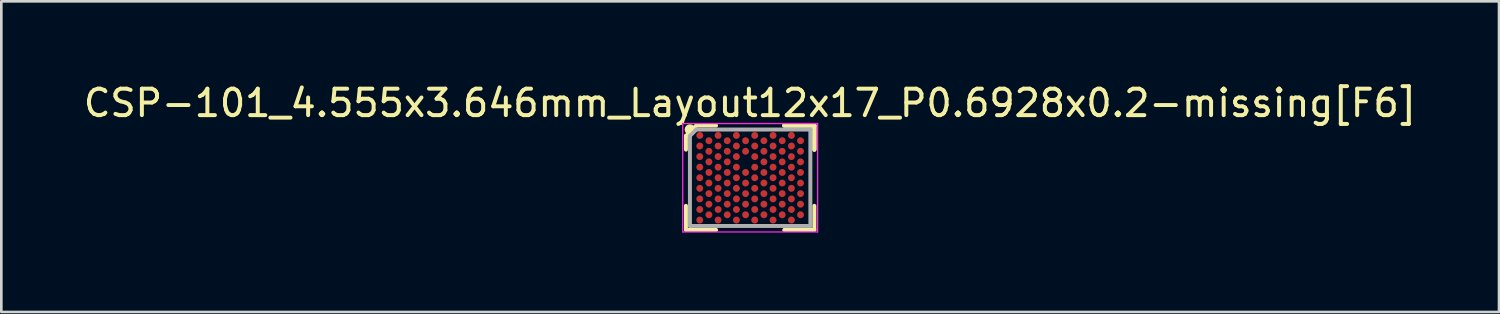
<source format=kicad_pcb>
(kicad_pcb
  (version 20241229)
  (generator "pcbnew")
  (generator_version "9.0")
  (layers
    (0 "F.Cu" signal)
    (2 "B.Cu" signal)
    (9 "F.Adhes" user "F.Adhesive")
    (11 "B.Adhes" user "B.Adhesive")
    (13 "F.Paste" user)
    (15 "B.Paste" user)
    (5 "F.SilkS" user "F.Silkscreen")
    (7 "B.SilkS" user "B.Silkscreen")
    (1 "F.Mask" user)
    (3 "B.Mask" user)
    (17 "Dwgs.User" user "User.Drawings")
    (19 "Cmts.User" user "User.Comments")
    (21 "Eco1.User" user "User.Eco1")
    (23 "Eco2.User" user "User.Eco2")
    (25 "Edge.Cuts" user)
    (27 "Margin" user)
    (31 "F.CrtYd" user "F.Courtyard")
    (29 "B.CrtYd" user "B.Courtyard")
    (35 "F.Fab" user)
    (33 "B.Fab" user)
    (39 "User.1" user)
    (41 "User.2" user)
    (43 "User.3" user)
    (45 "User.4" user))
  (footprint "CSP-101_4.555x3.646mm_Layout12x17_P0.6928x0.2-missing[F6]"
    (layer "F.Cu")
    (at 25.315 3.671)
    (property "Reference" "CSP-101_4.555x3.646mm_Layout12x17_P0.6928x0.2-missing[F6]" (at 0 -2.823 0) (layer "F.SilkS") (effects (font (size 1 1) (thickness 0.15))))
    (attr smd)
    (fp_line (start -2.428 -1.582) (end -2.428 -1.062) (stroke (width 0.15) (type solid)) (layer "F.SilkS"))
    (fp_line (start -2.428 1.973) (end -2.428 1.062) (stroke (width 0.15) (type solid)) (layer "F.SilkS"))
    (fp_line (start -2.036 -1.973) (end -2.428 -1.582) (stroke (width 0.15) (type solid)) (layer "F.SilkS"))
    (fp_line (start -1.289 -1.973) (end -2.036 -1.973) (stroke (width 0.15) (type solid)) (layer "F.SilkS"))
    (fp_line (start -1.289 1.973) (end -2.428 1.973) (stroke (width 0.15) (type solid)) (layer "F.SilkS"))
    (fp_line (start 1.289 -1.973) (end 2.428 -1.973) (stroke (width 0.15) (type solid)) (layer "F.SilkS"))
    (fp_line (start 1.289 -1.973) (end 2.428 -1.973) (stroke (width 0.15) (type solid)) (layer "F.SilkS"))
    (fp_line (start 1.289 -1.973) (end 2.428 -1.973) (stroke (width 0.15) (type solid)) (layer "F.SilkS"))
    (fp_line (start 1.289 1.973) (end 2.428 1.973) (stroke (width 0.15) (type solid)) (layer "F.SilkS"))
    (fp_line (start 2.428 -1.973) (end 2.428 -1.062) (stroke (width 0.15) (type solid)) (layer "F.SilkS"))
    (fp_line (start 2.428 -1.973) (end 2.428 -1.062) (stroke (width 0.15) (type solid)) (layer "F.SilkS"))
    (fp_line (start 2.428 -1.973) (end 2.428 -1.062) (stroke (width 0.15) (type solid)) (layer "F.SilkS"))
    (fp_line (start 2.428 1.973) (end 2.428 1.062) (stroke (width 0.15) (type solid)) (layer "F.SilkS"))
    (fp_circle (center -2.277 -1.823) (end -2.277 -1.723) (stroke (width 0.2) (type solid)) (fill no) (layer "F.SilkS"))
    (fp_line (start -2.55 -2.05) (end 2.55 -2.05) (stroke (width 0.05) (type solid)) (layer "F.CrtYd"))
    (fp_line (start -2.55 2.05) (end -2.55 -2.05) (stroke (width 0.05) (type solid)) (layer "F.CrtYd"))
    (fp_line (start 2.55 -2.05) (end 2.55 2.05) (stroke (width 0.05) (type solid)) (layer "F.CrtYd"))
    (fp_line (start 2.55 2.05) (end -2.55 2.05) (stroke (width 0.05) (type solid)) (layer "F.CrtYd"))
    (fp_line (start -2.277 -1.582) (end -2.277 1.823) (stroke (width 0.15) (type solid)) (layer "F.Fab"))
    (fp_line (start -2.277 1.823) (end 2.277 1.823) (stroke (width 0.15) (type solid)) (layer "F.Fab"))
    (fp_line (start -2.036 -1.823) (end -2.277 -1.582) (stroke (width 0.15) (type solid)) (layer "F.Fab"))
    (fp_line (start 2.277 -1.823) (end -2.036 -1.823) (stroke (width 0.15) (type solid)) (layer "F.Fab"))
    (fp_line (start 2.277 1.823) (end 2.277 -1.823) (stroke (width 0.15) (type solid)) (layer "F.Fab"))
    (pad "A1" smd circle (at -1.905 -1.6) (size 0.262 0.262) (layers "F.Cu" "F.Mask" "F.Paste"))
    (pad "A3" smd circle (at -1.212 -1.6) (size 0.262 0.262) (layers "F.Cu" "F.Mask" "F.Paste"))
    (pad "A5" smd circle (at -0.52 -1.6) (size 0.262 0.262) (layers "F.Cu" "F.Mask" "F.Paste"))
    (pad "A7" smd circle (at 0.173 -1.6) (size 0.262 0.262) (layers "F.Cu" "F.Mask" "F.Paste"))
    (pad "A9" smd circle (at 0.866 -1.6) (size 0.262 0.262) (layers "F.Cu" "F.Mask" "F.Paste"))
    (pad "A11" smd circle (at 1.559 -1.6) (size 0.262 0.262) (layers "F.Cu" "F.Mask" "F.Paste"))
    (pad "B2" smd circle (at -1.559 -1.4) (size 0.262 0.262) (layers "F.Cu" "F.Mask" "F.Paste"))
    (pad "B4" smd circle (at -0.866 -1.4) (size 0.262 0.262) (layers "F.Cu" "F.Mask" "F.Paste"))
    (pad "B6" smd circle (at -0.173 -1.4) (size 0.262 0.262) (layers "F.Cu" "F.Mask" "F.Paste"))
    (pad "B8" smd circle (at 0.52 -1.4) (size 0.262 0.262) (layers "F.Cu" "F.Mask" "F.Paste"))
    (pad "B10" smd circle (at 1.212 -1.4) (size 0.262 0.262) (layers "F.Cu" "F.Mask" "F.Paste"))
    (pad "B12" smd circle (at 1.905 -1.4) (size 0.262 0.262) (layers "F.Cu" "F.Mask" "F.Paste"))
    (pad "C1" smd circle (at -1.905 -1.2) (size 0.262 0.262) (layers "F.Cu" "F.Mask" "F.Paste"))
    (pad "C3" smd circle (at -1.212 -1.2) (size 0.262 0.262) (layers "F.Cu" "F.Mask" "F.Paste"))
    (pad "C5" smd circle (at -0.52 -1.2) (size 0.262 0.262) (layers "F.Cu" "F.Mask" "F.Paste"))
    (pad "C7" smd circle (at 0.173 -1.2) (size 0.262 0.262) (layers "F.Cu" "F.Mask" "F.Paste"))
    (pad "C9" smd circle (at 0.866 -1.2) (size 0.262 0.262) (layers "F.Cu" "F.Mask" "F.Paste"))
    (pad "C11" smd circle (at 1.559 -1.2) (size 0.262 0.262) (layers "F.Cu" "F.Mask" "F.Paste"))
    (pad "D2" smd circle (at -1.559 -1) (size 0.262 0.262) (layers "F.Cu" "F.Mask" "F.Paste"))
    (pad "D4" smd circle (at -0.866 -1) (size 0.262 0.262) (layers "F.Cu" "F.Mask" "F.Paste"))
    (pad "D6" smd circle (at -0.173 -1) (size 0.262 0.262) (layers "F.Cu" "F.Mask" "F.Paste"))
    (pad "D8" smd circle (at 0.52 -1) (size 0.262 0.262) (layers "F.Cu" "F.Mask" "F.Paste"))
    (pad "D10" smd circle (at 1.212 -1) (size 0.262 0.262) (layers "F.Cu" "F.Mask" "F.Paste"))
    (pad "D12" smd circle (at 1.905 -1) (size 0.262 0.262) (layers "F.Cu" "F.Mask" "F.Paste"))
    (pad "E1" smd circle (at -1.905 -0.8) (size 0.262 0.262) (layers "F.Cu" "F.Mask" "F.Paste"))
    (pad "E3" smd circle (at -1.212 -0.8) (size 0.262 0.262) (layers "F.Cu" "F.Mask" "F.Paste"))
    (pad "E5" smd circle (at -0.52 -0.8) (size 0.262 0.262) (layers "F.Cu" "F.Mask" "F.Paste"))
    (pad "E7" smd circle (at 0.173 -0.8) (size 0.262 0.262) (layers "F.Cu" "F.Mask" "F.Paste"))
    (pad "E9" smd circle (at 0.866 -0.8) (size 0.262 0.262) (layers "F.Cu" "F.Mask" "F.Paste"))
    (pad "E11" smd circle (at 1.559 -0.8) (size 0.262 0.262) (layers "F.Cu" "F.Mask" "F.Paste"))
    (pad "F2" smd circle (at -1.559 -0.6) (size 0.262 0.262) (layers "F.Cu" "F.Mask" "F.Paste"))
    (pad "F4" smd circle (at -0.866 -0.6) (size 0.262 0.262) (layers "F.Cu" "F.Mask" "F.Paste"))
    (pad "F8" smd circle (at 0.52 -0.6) (size 0.262 0.262) (layers "F.Cu" "F.Mask" "F.Paste"))
    (pad "F10" smd circle (at 1.212 -0.6) (size 0.262 0.262) (layers "F.Cu" "F.Mask" "F.Paste"))
    (pad "F12" smd circle (at 1.905 -0.6) (size 0.262 0.262) (layers "F.Cu" "F.Mask" "F.Paste"))
    (pad "G1" smd circle (at -1.905 -0.4) (size 0.262 0.262) (layers "F.Cu" "F.Mask" "F.Paste"))
    (pad "G3" smd circle (at -1.212 -0.4) (size 0.262 0.262) (layers "F.Cu" "F.Mask" "F.Paste"))
    (pad "G5" smd circle (at -0.52 -0.4) (size 0.262 0.262) (layers "F.Cu" "F.Mask" "F.Paste"))
    (pad "G7" smd circle (at 0.173 -0.4) (size 0.262 0.262) (layers "F.Cu" "F.Mask" "F.Paste"))
    (pad "G9" smd circle (at 0.866 -0.4) (size 0.262 0.262) (layers "F.Cu" "F.Mask" "F.Paste"))
    (pad "G11" smd circle (at 1.559 -0.4) (size 0.262 0.262) (layers "F.Cu" "F.Mask" "F.Paste"))
    (pad "H2" smd circle (at -1.559 -0.2) (size 0.262 0.262) (layers "F.Cu" "F.Mask" "F.Paste"))
    (pad "H4" smd circle (at -0.866 -0.2) (size 0.262 0.262) (layers "F.Cu" "F.Mask" "F.Paste"))
    (pad "H6" smd circle (at -0.173 -0.2) (size 0.262 0.262) (layers "F.Cu" "F.Mask" "F.Paste"))
    (pad "H8" smd circle (at 0.52 -0.2) (size 0.262 0.262) (layers "F.Cu" "F.Mask" "F.Paste"))
    (pad "H10" smd circle (at 1.212 -0.2) (size 0.262 0.262) (layers "F.Cu" "F.Mask" "F.Paste"))
    (pad "H12" smd circle (at 1.905 -0.2) (size 0.262 0.262) (layers "F.Cu" "F.Mask" "F.Paste"))
    (pad "J1" smd circle (at -1.905 0) (size 0.262 0.262) (layers "F.Cu" "F.Mask" "F.Paste"))
    (pad "J3" smd circle (at -1.212 0) (size 0.262 0.262) (layers "F.Cu" "F.Mask" "F.Paste"))
    (pad "J5" smd circle (at -0.52 0) (size 0.262 0.262) (layers "F.Cu" "F.Mask" "F.Paste"))
    (pad "J7" smd circle (at 0.173 0) (size 0.262 0.262) (layers "F.Cu" "F.Mask" "F.Paste"))
    (pad "J9" smd circle (at 0.866 0) (size 0.262 0.262) (layers "F.Cu" "F.Mask" "F.Paste"))
    (pad "J11" smd circle (at 1.559 0) (size 0.262 0.262) (layers "F.Cu" "F.Mask" "F.Paste"))
    (pad "K2" smd circle (at -1.559 0.2) (size 0.262 0.262) (layers "F.Cu" "F.Mask" "F.Paste"))
    (pad "K4" smd circle (at -0.866 0.2) (size 0.262 0.262) (layers "F.Cu" "F.Mask" "F.Paste"))
    (pad "K6" smd circle (at -0.173 0.2) (size 0.262 0.262) (layers "F.Cu" "F.Mask" "F.Paste"))
    (pad "K8" smd circle (at 0.52 0.2) (size 0.262 0.262) (layers "F.Cu" "F.Mask" "F.Paste"))
    (pad "K10" smd circle (at 1.212 0.2) (size 0.262 0.262) (layers "F.Cu" "F.Mask" "F.Paste"))
    (pad "K12" smd circle (at 1.905 0.2) (size 0.262 0.262) (layers "F.Cu" "F.Mask" "F.Paste"))
    (pad "L1" smd circle (at -1.905 0.4) (size 0.262 0.262) (layers "F.Cu" "F.Mask" "F.Paste"))
    (pad "L3" smd circle (at -1.212 0.4) (size 0.262 0.262) (layers "F.Cu" "F.Mask" "F.Paste"))
    (pad "L5" smd circle (at -0.52 0.4) (size 0.262 0.262) (layers "F.Cu" "F.Mask" "F.Paste"))
    (pad "L7" smd circle (at 0.173 0.4) (size 0.262 0.262) (layers "F.Cu" "F.Mask" "F.Paste"))
    (pad "L9" smd circle (at 0.866 0.4) (size 0.262 0.262) (layers "F.Cu" "F.Mask" "F.Paste"))
    (pad "L11" smd circle (at 1.559 0.4) (size 0.262 0.262) (layers "F.Cu" "F.Mask" "F.Paste"))
    (pad "M2" smd circle (at -1.559 0.6) (size 0.262 0.262) (layers "F.Cu" "F.Mask" "F.Paste"))
    (pad "M4" smd circle (at -0.866 0.6) (size 0.262 0.262) (layers "F.Cu" "F.Mask" "F.Paste"))
    (pad "M6" smd circle (at -0.173 0.6) (size 0.262 0.262) (layers "F.Cu" "F.Mask" "F.Paste"))
    (pad "M8" smd circle (at 0.52 0.6) (size 0.262 0.262) (layers "F.Cu" "F.Mask" "F.Paste"))
    (pad "M10" smd circle (at 1.212 0.6) (size 0.262 0.262) (layers "F.Cu" "F.Mask" "F.Paste"))
    (pad "M12" smd circle (at 1.905 0.6) (size 0.262 0.262) (layers "F.Cu" "F.Mask" "F.Paste"))
    (pad "N1" smd circle (at -1.905 0.8) (size 0.262 0.262) (layers "F.Cu" "F.Mask" "F.Paste"))
    (pad "N3" smd circle (at -1.212 0.8) (size 0.262 0.262) (layers "F.Cu" "F.Mask" "F.Paste"))
    (pad "N5" smd circle (at -0.52 0.8) (size 0.262 0.262) (layers "F.Cu" "F.Mask" "F.Paste"))
    (pad "N7" smd circle (at 0.173 0.8) (size 0.262 0.262) (layers "F.Cu" "F.Mask" "F.Paste"))
    (pad "N9" smd circle (at 0.866 0.8) (size 0.262 0.262) (layers "F.Cu" "F.Mask" "F.Paste"))
    (pad "N11" smd circle (at 1.559 0.8) (size 0.262 0.262) (layers "F.Cu" "F.Mask" "F.Paste"))
    (pad "P2" smd circle (at -1.559 1) (size 0.262 0.262) (layers "F.Cu" "F.Mask" "F.Paste"))
    (pad "P4" smd circle (at -0.866 1) (size 0.262 0.262) (layers "F.Cu" "F.Mask" "F.Paste"))
    (pad "P6" smd circle (at -0.173 1) (size 0.262 0.262) (layers "F.Cu" "F.Mask" "F.Paste"))
    (pad "P8" smd circle (at 0.52 1) (size 0.262 0.262) (layers "F.Cu" "F.Mask" "F.Paste"))
    (pad "P10" smd circle (at 1.212 1) (size 0.262 0.262) (layers "F.Cu" "F.Mask" "F.Paste"))
    (pad "P12" smd circle (at 1.905 1) (size 0.262 0.262) (layers "F.Cu" "F.Mask" "F.Paste"))
    (pad "R1" smd circle (at -1.905 1.2) (size 0.262 0.262) (layers "F.Cu" "F.Mask" "F.Paste"))
    (pad "R3" smd circle (at -1.212 1.2) (size 0.262 0.262) (layers "F.Cu" "F.Mask" "F.Paste"))
    (pad "R5" smd circle (at -0.52 1.2) (size 0.262 0.262) (layers "F.Cu" "F.Mask" "F.Paste"))
    (pad "R7" smd circle (at 0.173 1.2) (size 0.262 0.262) (layers "F.Cu" "F.Mask" "F.Paste"))
    (pad "R9" smd circle (at 0.866 1.2) (size 0.262 0.262) (layers "F.Cu" "F.Mask" "F.Paste"))
    (pad "R11" smd circle (at 1.559 1.2) (size 0.262 0.262) (layers "F.Cu" "F.Mask" "F.Paste"))
    (pad "T2" smd circle (at -1.559 1.4) (size 0.262 0.262) (layers "F.Cu" "F.Mask" "F.Paste"))
    (pad "T4" smd circle (at -0.866 1.4) (size 0.262 0.262) (layers "F.Cu" "F.Mask" "F.Paste"))
    (pad "T6" smd circle (at -0.173 1.4) (size 0.262 0.262) (layers "F.Cu" "F.Mask" "F.Paste"))
    (pad "T8" smd circle (at 0.52 1.4) (size 0.262 0.262) (layers "F.Cu" "F.Mask" "F.Paste"))
    (pad "T10" smd circle (at 1.212 1.4) (size 0.262 0.262) (layers "F.Cu" "F.Mask" "F.Paste"))
    (pad "T12" smd circle (at 1.905 1.4) (size 0.262 0.262) (layers "F.Cu" "F.Mask" "F.Paste"))
    (pad "U1" smd circle (at -1.905 1.6) (size 0.262 0.262) (layers "F.Cu" "F.Mask" "F.Paste"))
    (pad "U3" smd circle (at -1.212 1.6) (size 0.262 0.262) (layers "F.Cu" "F.Mask" "F.Paste"))
    (pad "U5" smd circle (at -0.52 1.6) (size 0.262 0.262) (layers "F.Cu" "F.Mask" "F.Paste"))
    (pad "U7" smd circle (at 0.173 1.6) (size 0.262 0.262) (layers "F.Cu" "F.Mask" "F.Paste"))
    (pad "U9" smd circle (at 0.866 1.6) (size 0.262 0.262) (layers "F.Cu" "F.Mask" "F.Paste"))
    (pad "U11" smd circle (at 1.559 1.6) (size 0.262 0.262) (layers "F.Cu" "F.Mask" "F.Paste")))
  (gr_rect
    (start -3 -3)
    (end 53.631 8.746)
    (stroke (width 0.1) (type default))
    (fill no)
    (layer "Edge.Cuts")))
</source>
